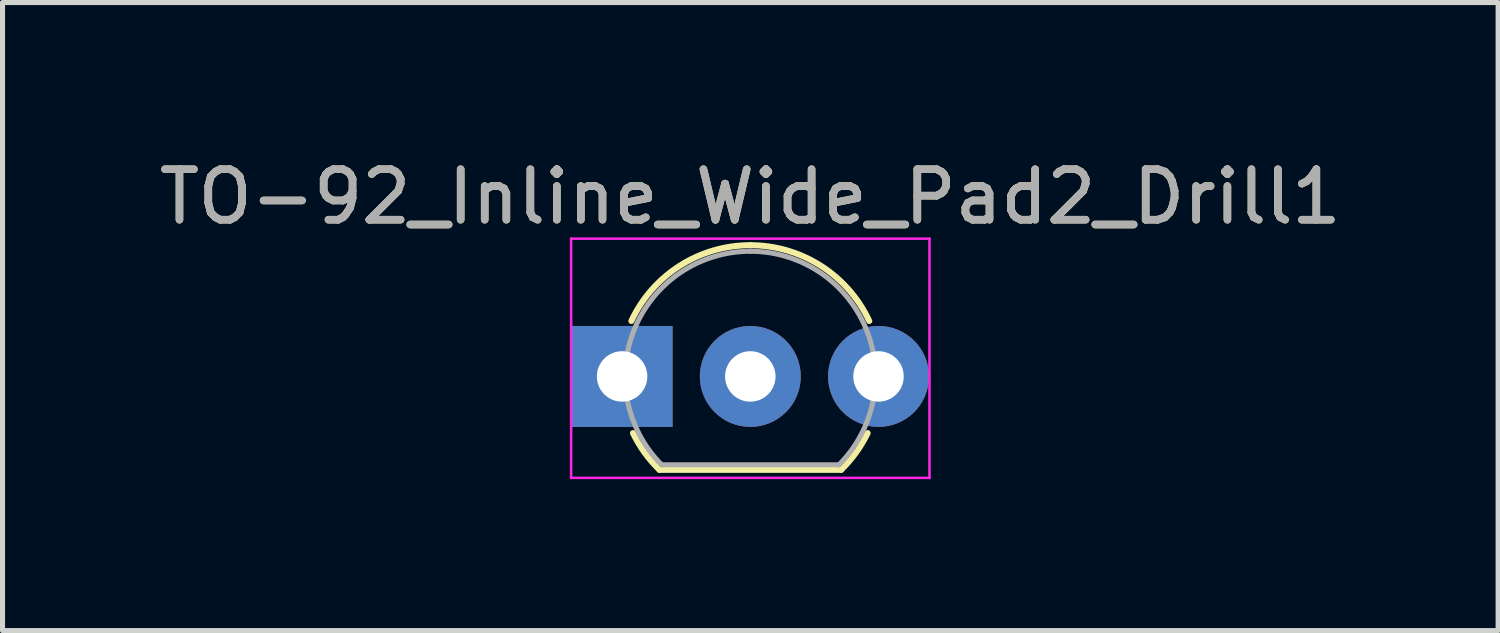
<source format=kicad_pcb>
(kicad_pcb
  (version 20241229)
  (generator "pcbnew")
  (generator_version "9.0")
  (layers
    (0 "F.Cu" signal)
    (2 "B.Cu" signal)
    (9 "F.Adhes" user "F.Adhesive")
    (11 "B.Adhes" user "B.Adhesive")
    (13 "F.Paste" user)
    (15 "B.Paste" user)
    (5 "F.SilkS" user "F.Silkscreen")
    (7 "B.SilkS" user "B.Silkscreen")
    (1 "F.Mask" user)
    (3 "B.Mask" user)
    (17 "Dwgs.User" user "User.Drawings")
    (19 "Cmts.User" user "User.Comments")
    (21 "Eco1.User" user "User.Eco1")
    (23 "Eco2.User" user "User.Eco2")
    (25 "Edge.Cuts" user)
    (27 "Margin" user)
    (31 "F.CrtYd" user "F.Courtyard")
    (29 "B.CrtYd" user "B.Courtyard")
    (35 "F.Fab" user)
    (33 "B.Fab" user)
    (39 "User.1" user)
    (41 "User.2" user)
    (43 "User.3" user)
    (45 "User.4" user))
  (footprint "TO-92_Inline_Wide_Pad2_Drill1"
    (layer "F.Cu")
    (at 9.275 4.408)
    (property "Reference" "TO-92_Inline_Wide_Pad2_Drill1" (at 2.54 -3.56 180) (layer "F.SilkS") (effects (font (size 1 1) (thickness 0.15))))
    (attr through_hole)
    (fp_line (start 0.74 1.85) (end 4.34 1.85) (stroke (width 0.12) (type solid)) (layer "F.SilkS"))
    (fp_arc (start 0.1836 -1.098807) (mid 1.143021 -2.192817) (end 2.54 -2.6) (stroke (width 0.12) (type solid)) (layer "F.SilkS"))
    (fp_arc (start 0.74 1.85) (mid 0.446097 1.509328) (end 0.215816 1.122795) (stroke (width 0.12) (type solid)) (layer "F.SilkS"))
    (fp_arc (start 2.54 -2.6) (mid 3.936979 -2.192818) (end 4.8964 -1.098807) (stroke (width 0.12) (type solid)) (layer "F.SilkS"))
    (fp_arc (start 4.864184 1.122795) (mid 4.633903 1.509328) (end 4.34 1.85) (stroke (width 0.12) (type solid)) (layer "F.SilkS"))
    (fp_line (start -1.01 -2.73) (end -1.01 2.01) (stroke (width 0.05) (type solid)) (layer "F.CrtYd"))
    (fp_line (start -1.01 -2.73) (end 6.09 -2.73) (stroke (width 0.05) (type solid)) (layer "F.CrtYd"))
    (fp_line (start 6.09 2.01) (end -1.01 2.01) (stroke (width 0.05) (type solid)) (layer "F.CrtYd"))
    (fp_line (start 6.09 2.01) (end 6.09 -2.73) (stroke (width 0.05) (type solid)) (layer "F.CrtYd"))
    (fp_line (start 0.8 1.75) (end 4.3 1.75) (stroke (width 0.1) (type solid)) (layer "F.Fab"))
    (fp_arc (start 0.786375 1.753625) (mid 0.248779 -0.949055) (end 2.54 -2.48) (stroke (width 0.1) (type solid)) (layer "F.Fab"))
    (fp_arc (start 2.54 -2.48) (mid 4.831221 -0.949055) (end 4.293625 1.753625) (stroke (width 0.1) (type solid)) (layer "F.Fab"))
    (fp_text user "${REFERENCE}" (at 2.54 -3.56 180) (layer "F.Fab") (effects (font (size 1 1) (thickness 0.15))))
    (pad "1" thru_hole rect (at 0 0 90) (size 2 2) (drill 1) (layers "*.Cu" "*.Mask"))
    (pad "2" thru_hole circle (at 2.54 0 90) (size 2 2) (drill 1) (layers "*.Cu" "*.Mask"))
    (pad "3" thru_hole circle (at 5.08 0 90) (size 2 2) (drill 1) (layers "*.Cu" "*.Mask")))
  (gr_rect
    (start -3 -3)
    (end 26.631 9.443)
    (stroke (width 0.1) (type default))
    (fill no)
    (layer "Edge.Cuts")))
</source>
